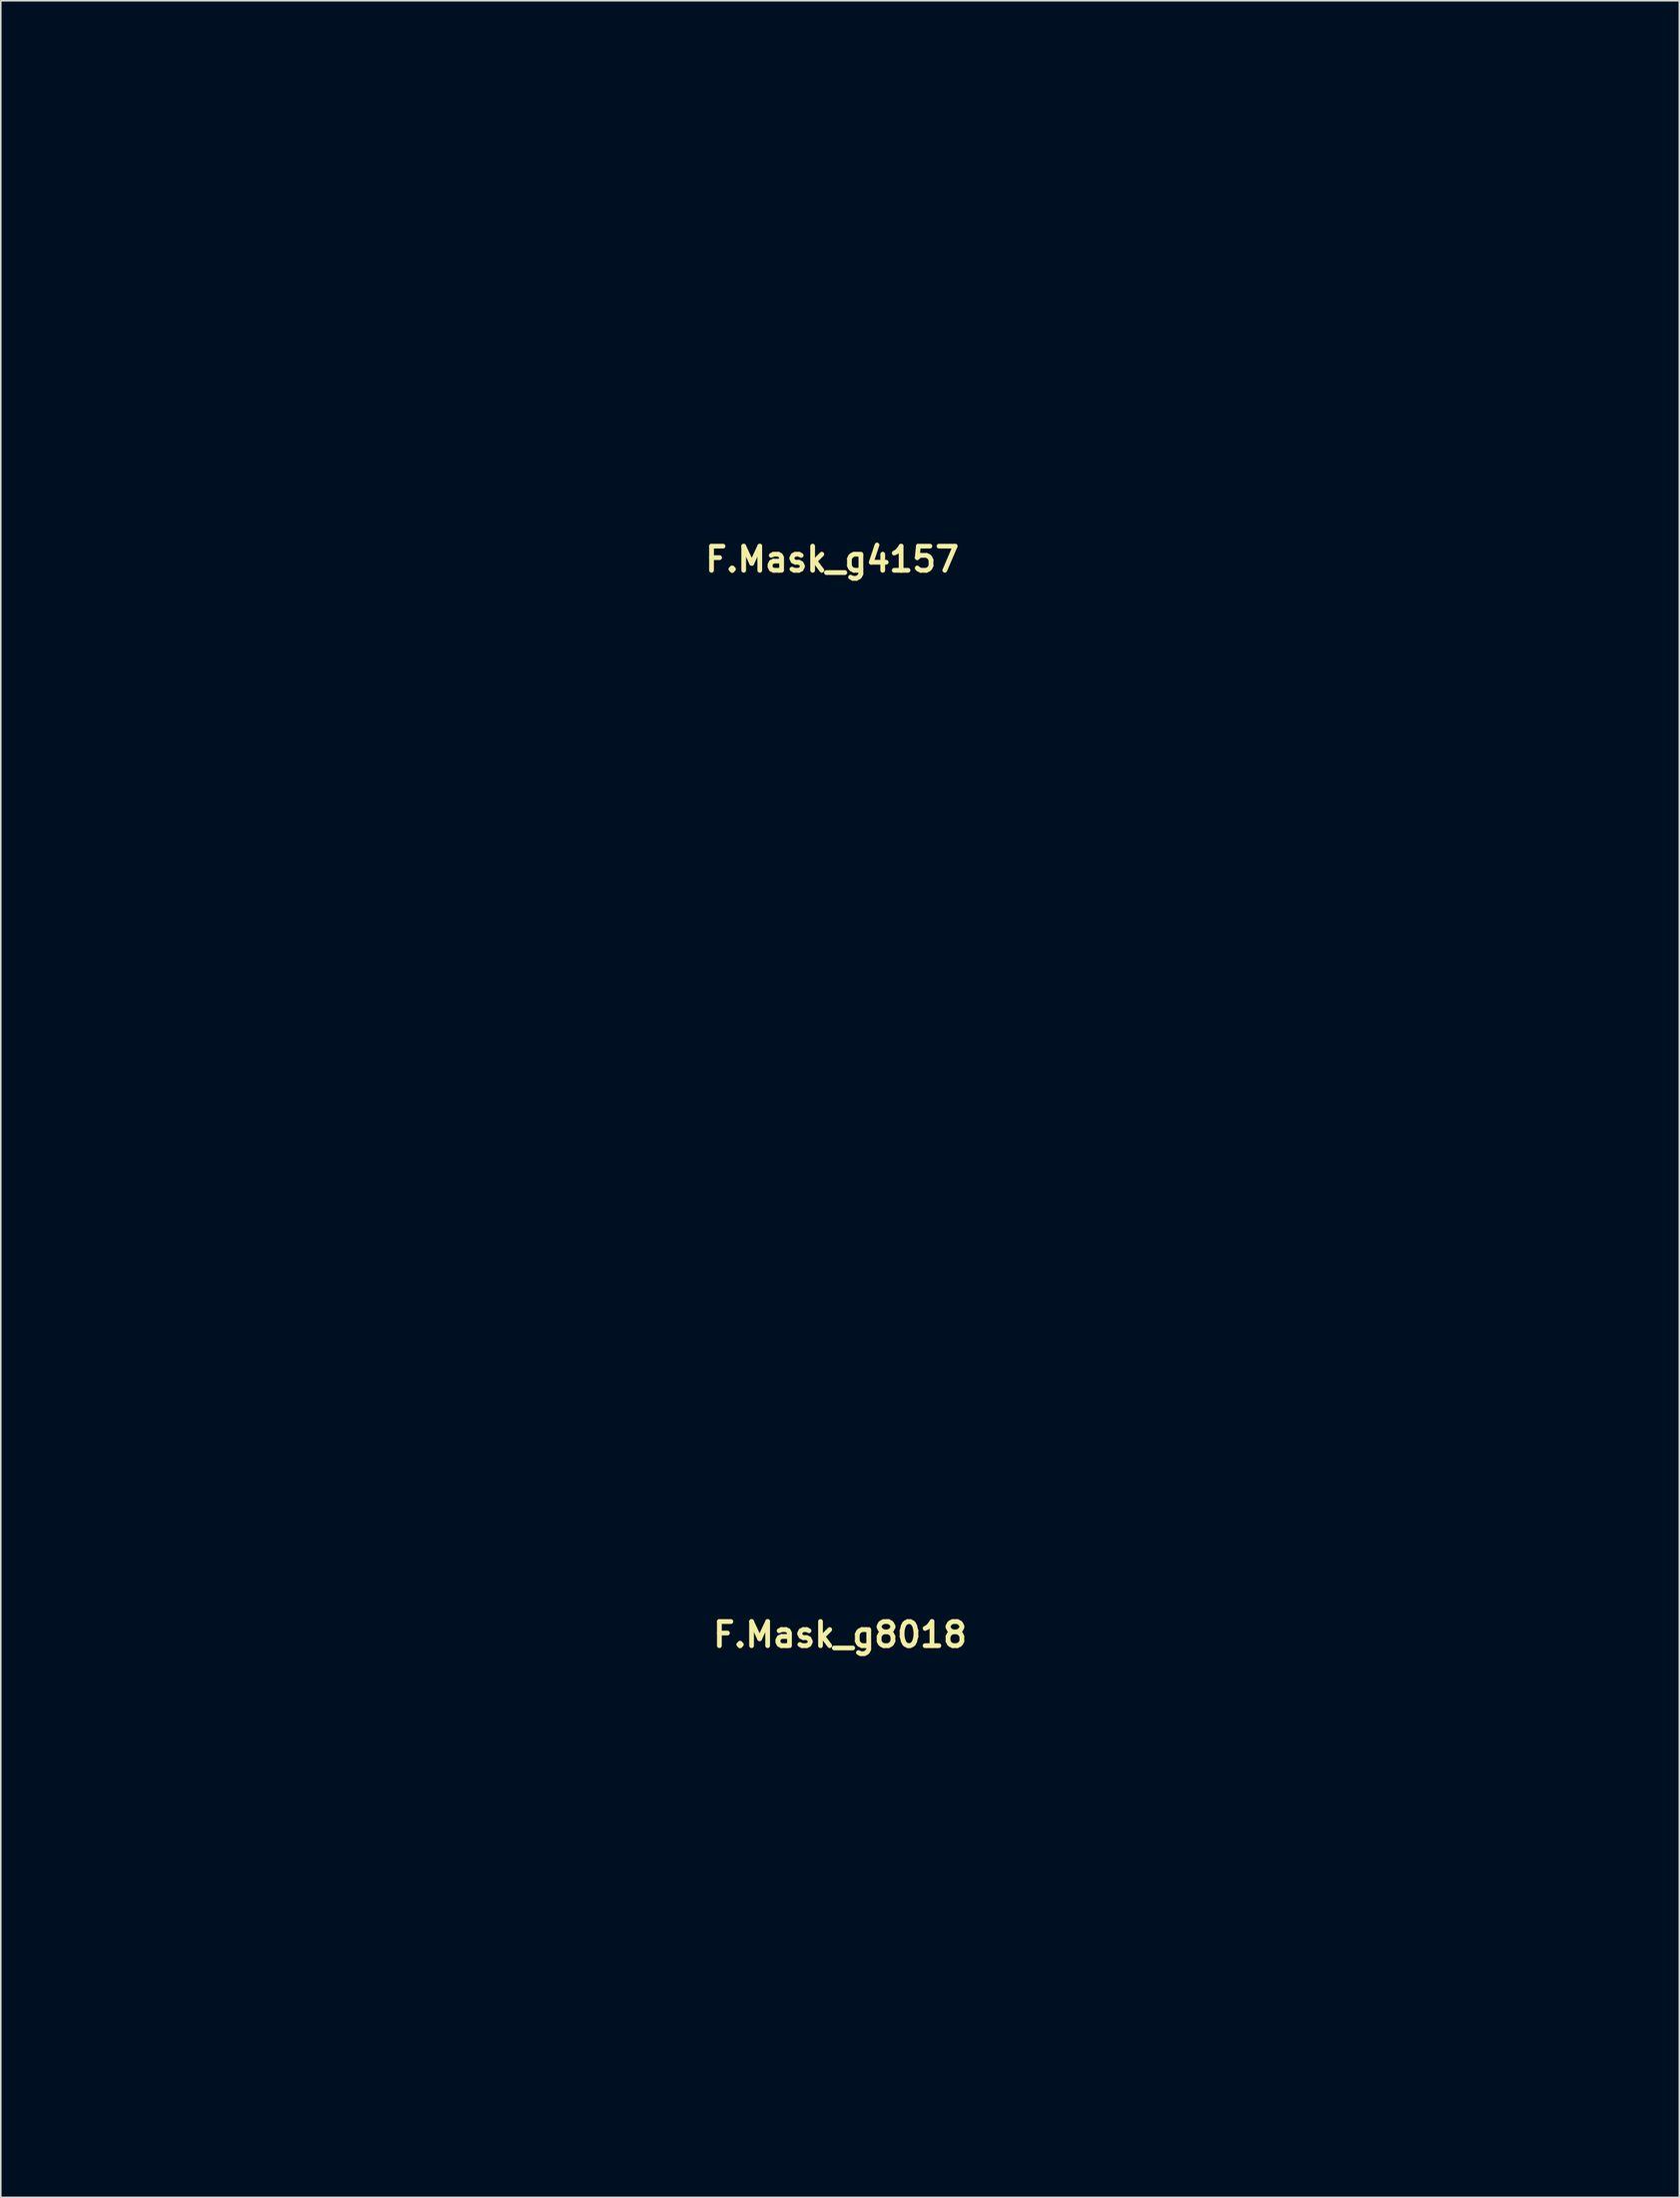
<source format=kicad_pcb>
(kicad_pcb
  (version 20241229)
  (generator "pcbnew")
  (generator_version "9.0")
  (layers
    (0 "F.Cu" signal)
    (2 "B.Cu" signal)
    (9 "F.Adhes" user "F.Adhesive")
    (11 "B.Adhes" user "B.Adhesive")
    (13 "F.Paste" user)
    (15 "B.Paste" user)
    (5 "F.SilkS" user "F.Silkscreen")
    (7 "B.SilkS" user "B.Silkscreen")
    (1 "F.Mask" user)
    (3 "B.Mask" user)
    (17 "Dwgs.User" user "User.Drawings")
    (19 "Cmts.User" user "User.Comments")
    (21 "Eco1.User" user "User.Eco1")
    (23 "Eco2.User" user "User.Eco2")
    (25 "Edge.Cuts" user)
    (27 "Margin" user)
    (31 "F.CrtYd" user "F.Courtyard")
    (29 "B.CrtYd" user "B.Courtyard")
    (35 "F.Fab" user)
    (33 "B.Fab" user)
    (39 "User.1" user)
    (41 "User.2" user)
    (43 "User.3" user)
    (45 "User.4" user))
  (footprint "F.Mask_g8018"
    (layer "F.Cu")
    (at 50.001 100.157)
    (property "Reference" "F.Mask_g8018" (at 0 0 0) (layer "F.SilkS") (effects (font (size 1.524 1.524) (thickness 0.3))))
    (attr through_hole)
    (fp_poly (pts (xy 49.996 32.512) (xy -49.996 32.512) (xy -49.996 -25.141) (xy -49.499 -25.141) (xy -49.479 -17.787) (xy -49.459 -10.433) (xy -49.072 -9.925) (xy -48.684 -9.417) (xy -48.662 29.316) (xy -48.528 29.75) (xy -48.32 30.293) (xy -48.047 30.787) (xy -47.713 31.229) (xy -47.323 31.611) (xy -46.879 31.93) (xy -46.84 31.954) (xy -46.541 32.109) (xy -46.216 32.242) (xy -45.896 32.34) (xy -45.678 32.384) (xy -45.626 32.385) (xy -45.49 32.386) (xy -45.274 32.388) (xy -44.979 32.389) (xy -44.605 32.39) (xy -44.156 32.392) (xy -43.632 32.393) (xy -43.036 32.394) (xy -42.369 32.395) (xy -41.633 32.396) (xy -40.83 32.398) (xy -39.961 32.399) (xy -39.029 32.4) (xy -38.034 32.401) (xy -36.979 32.402) (xy -35.866 32.403) (xy -34.695 32.404) (xy -33.47 32.404) (xy -32.191 32.405) (xy -30.86 32.406) (xy -29.48 32.407) (xy -28.051 32.407) (xy -26.576 32.408) (xy -25.056 32.409) (xy -23.493 32.409) (xy -21.889 32.41) (xy -20.246 32.41) (xy -18.565 32.41) (xy -16.848 32.411) (xy -15.096 32.411) (xy -13.312 32.411) (xy -11.497 32.412) (xy -9.654 32.412) (xy -7.783 32.412) (xy -5.886 32.412) (xy -3.965 32.412) (xy -2.023 32.411) (xy -0.06 32.411) (xy 0.191 32.411) (xy 45.826 32.406) (xy 46.21 32.267) (xy 46.756 32.03) (xy 47.242 31.733) (xy 47.667 31.378) (xy 48.032 30.963) (xy 48.339 30.486) (xy 48.587 29.949) (xy 48.67 29.718) (xy 48.789 29.358) (xy 48.8 9.956) (xy 48.811 -9.447) (xy 49.149 -9.975) (xy 49.488 -10.504) (xy 49.487 -17.836) (xy 49.485 -25.167) (xy 49.169 -25.587) (xy 48.853 -26.007) (xy 48.852 -26.751) (xy 48.849 -27.031) (xy 48.842 -27.316) (xy 48.831 -27.582) (xy 48.818 -27.802) (xy 48.809 -27.898) (xy 48.711 -28.46) (xy 48.54 -28.989) (xy 48.302 -29.478) (xy 48.001 -29.923) (xy 47.644 -30.318) (xy 47.235 -30.658) (xy 46.78 -30.936) (xy 46.284 -31.148) (xy 45.752 -31.287) (xy 45.519 -31.323) (xy 45.41 -31.331) (xy 45.216 -31.338) (xy 44.938 -31.345) (xy 44.576 -31.35) (xy 44.13 -31.355) (xy 43.6 -31.359) (xy 42.987 -31.363) (xy 42.29 -31.365) (xy 41.51 -31.367) (xy 40.647 -31.368) (xy 39.701 -31.369) (xy 39.657 -31.369) (xy 34.165 -31.369) (xy 34.142 -31.274) (xy 34.131 -31.224) (xy 34.103 -31.098) (xy 34.06 -30.9) (xy 34.003 -30.636) (xy 33.932 -30.311) (xy 33.849 -29.931) (xy 33.756 -29.502) (xy 33.653 -29.029) (xy 33.542 -28.518) (xy 33.424 -27.974) (xy 33.3 -27.403) (xy 33.171 -26.81) (xy 33.039 -26.202) (xy 32.904 -25.582) (xy 32.769 -24.958) (xy 32.633 -24.335) (xy 32.499 -23.717) (xy 32.367 -23.111) (xy 32.24 -22.523) (xy 32.117 -21.958) (xy 32 -21.42) (xy 31.891 -20.917) (xy 31.79 -20.454) (xy 31.7 -20.035) (xy 31.62 -19.667) (xy 31.552 -19.355) (xy 31.498 -19.105) (xy 31.459 -18.923) (xy 31.435 -18.813) (xy 31.429 -18.785) (xy 31.405 -18.669) (xy 0.128 -18.669) (xy -1.889 -18.669) (xy -3.824 -18.669) (xy -5.677 -18.669) (xy -7.449 -18.669) (xy -9.144 -18.67) (xy -10.761 -18.67) (xy -12.303 -18.67) (xy -13.771 -18.671) (xy -15.167 -18.671) (xy -16.492 -18.672) (xy -17.748 -18.672) (xy -18.936 -18.673) (xy -20.058 -18.674) (xy -21.116 -18.675) (xy -22.11 -18.676) (xy -23.043 -18.677) (xy -23.916 -18.678) (xy -24.73 -18.679) (xy -25.488 -18.681) (xy -26.19 -18.682) (xy -26.839 -18.684) (xy -27.435 -18.685) (xy -27.981 -18.687) (xy -28.477 -18.689) (xy -28.926 -18.691) (xy -29.329 -18.693) (xy -29.687 -18.695) (xy -30.002 -18.697) (xy -30.276 -18.7) (xy -30.51 -18.702) (xy -30.706 -18.705) (xy -30.865 -18.708) (xy -30.989 -18.711) (xy -31.079 -18.714) (xy -31.137 -18.717) (xy -31.164 -18.721) (xy -31.166 -18.722) (xy -31.178 -18.769) (xy -31.206 -18.893) (xy -31.251 -19.092) (xy -31.312 -19.359) (xy -31.387 -19.691) (xy -31.476 -20.082) (xy -31.577 -20.53) (xy -31.689 -21.028) (xy -31.812 -21.572) (xy -31.944 -22.159) (xy -32.085 -22.782) (xy -32.232 -23.439) (xy -32.386 -24.123) (xy -32.546 -24.832) (xy -32.6 -25.072) (xy -34.015 -31.369) (xy -39.582 -31.369) (xy -40.539 -31.368) (xy -41.412 -31.367) (xy -42.201 -31.366) (xy -42.906 -31.363) (xy -43.527 -31.36) (xy -44.064 -31.356) (xy -44.519 -31.351) (xy -44.89 -31.345) (xy -45.178 -31.339) (xy -45.384 -31.332) (xy -45.507 -31.325) (xy -45.521 -31.323) (xy -46.058 -31.216) (xy -46.565 -31.033) (xy -47.036 -30.778) (xy -47.466 -30.458) (xy -47.849 -30.076) (xy -48.178 -29.639) (xy -48.448 -29.152) (xy -48.651 -28.626) (xy -48.689 -28.498) (xy -48.72 -28.386) (xy -48.743 -28.278) (xy -48.76 -28.159) (xy -48.772 -28.016) (xy -48.782 -27.836) (xy -48.789 -27.605) (xy -48.796 -27.31) (xy -48.799 -27.123) (xy -48.821 -26.031) (xy -49.16 -25.586) (xy -49.499 -25.141) (xy -49.996 -25.141) (xy -49.996 -32.025) (xy -34.021 -32.025) (xy -34.02 -31.891) (xy -34.015 -31.819) (xy -34.009 -31.819) (xy -34.005 -31.844) (xy -33.998 -31.994) (xy -34.003 -32.159) (xy -34.005 -32.183) (xy -34.012 -32.228) (xy -34.018 -32.196) (xy -34.021 -32.095) (xy -34.021 -32.025) (xy -49.996 -32.025) (xy -49.996 -32.47) (xy 49.996 -32.47) (xy 49.996 32.512)) (stroke (width 0.01) (type solid)) (fill yes) (layer "F.Mask")))
  (footprint "F.Mask_g4157"
    (layer "F.Cu")
    (at 49.504 32.265)
    (property "Reference" "F.Mask_g4157" (at 0 0 0) (layer "F.SilkS") (effects (font (size 1.524 1.524) (thickness 0.3))))
    (attr through_hole)
    (fp_poly (pts (xy -34.005 -32.227) (xy -34.005 -32.225) (xy -33.998 -32.087) (xy -34.006 -31.971) (xy -34.015 -31.948) (xy -34.021 -31.998) (xy -34.023 -32.11) (xy -34.02 -32.218) (xy -34.014 -32.26) (xy -34.005 -32.227)) (stroke (width 0.01) (type solid)) (fill yes) (layer "F.Mask"))
    (fp_poly (pts (xy 39.66 -31.369) (xy 40.609 -31.368) (xy 41.476 -31.367) (xy 42.259 -31.365) (xy 42.959 -31.363) (xy 43.576 -31.359) (xy 44.109 -31.355) (xy 44.559 -31.35) (xy 44.924 -31.345) (xy 45.206 -31.339) (xy 45.403 -31.332) (xy 45.516 -31.324) (xy 45.519 -31.323) (xy 46.064 -31.216) (xy 46.576 -31.034) (xy 47.049 -30.783) (xy 47.478 -30.468) (xy 47.857 -30.096) (xy 48.182 -29.672) (xy 48.447 -29.2) (xy 48.647 -28.687) (xy 48.777 -28.139) (xy 48.809 -27.898) (xy 48.824 -27.714) (xy 48.836 -27.472) (xy 48.845 -27.195) (xy 48.851 -26.909) (xy 48.852 -26.751) (xy 48.853 -26.007) (xy 49.169 -25.587) (xy 49.485 -25.167) (xy 49.487 -17.836) (xy 49.488 -10.504) (xy 49.149 -9.975) (xy 48.811 -9.447) (xy 48.8 9.956) (xy 48.789 29.358) (xy 48.67 29.718) (xy 48.444 30.28) (xy 48.161 30.781) (xy 47.819 31.22) (xy 47.418 31.599) (xy 46.957 31.919) (xy 46.435 32.18) (xy 46.21 32.267) (xy 45.826 32.406) (xy 0.191 32.411) (xy -1.775 32.411) (xy -3.72 32.412) (xy -5.644 32.412) (xy -7.544 32.412) (xy -9.418 32.412) (xy -11.265 32.412) (xy -13.084 32.411) (xy -14.872 32.411) (xy -16.628 32.411) (xy -18.349 32.411) (xy -20.035 32.41) (xy -21.683 32.41) (xy -23.292 32.409) (xy -24.86 32.409) (xy -26.386 32.408) (xy -27.867 32.407) (xy -29.301 32.407) (xy -30.688 32.406) (xy -32.025 32.405) (xy -33.31 32.404) (xy -34.543 32.404) (xy -35.72 32.403) (xy -36.841 32.402) (xy -37.904 32.401) (xy -38.906 32.4) (xy -39.847 32.399) (xy -40.724 32.398) (xy -41.535 32.397) (xy -42.28 32.395) (xy -42.955 32.394) (xy -43.561 32.393) (xy -44.093 32.392) (xy -44.552 32.391) (xy -44.935 32.389) (xy -45.241 32.388) (xy -45.468 32.387) (xy -45.613 32.385) (xy -45.676 32.384) (xy -45.678 32.384) (xy -45.971 32.32) (xy -46.295 32.213) (xy -46.617 32.073) (xy -46.84 31.954) (xy -47.288 31.64) (xy -47.683 31.262) (xy -48.022 30.826) (xy -48.3 30.335) (xy -48.513 29.796) (xy -48.528 29.75) (xy -48.662 29.316) (xy -48.684 -9.417) (xy -49.072 -9.925) (xy -49.459 -10.433) (xy -49.479 -17.787) (xy -49.499 -25.141) (xy -49.16 -25.586) (xy -48.821 -26.031) (xy -48.799 -27.123) (xy -48.793 -27.458) (xy -48.786 -27.721) (xy -48.778 -27.926) (xy -48.767 -28.087) (xy -48.752 -28.217) (xy -48.733 -28.329) (xy -48.706 -28.438) (xy -48.672 -28.556) (xy -48.651 -28.626) (xy -48.444 -29.162) (xy -48.172 -29.651) (xy -47.841 -30.087) (xy -47.457 -30.467) (xy -47.024 -30.785) (xy -46.55 -31.038) (xy -46.038 -31.219) (xy -45.496 -31.324) (xy -45.475 -31.326) (xy -45.368 -31.334) (xy -45.192 -31.341) (xy -44.943 -31.346) (xy -44.622 -31.351) (xy -44.227 -31.355) (xy -43.756 -31.359) (xy -43.209 -31.361) (xy -42.583 -31.362) (xy -41.878 -31.363) (xy -41.092 -31.363) (xy -40.223 -31.361) (xy -39.54 -31.36) (xy -34.016 -31.348) (xy -32.652 -25.294) (xy -32.493 -24.588) (xy -32.339 -23.901) (xy -32.189 -23.238) (xy -32.047 -22.604) (xy -31.912 -22.004) (xy -31.785 -21.443) (xy -31.669 -20.926) (xy -31.563 -20.456) (xy -31.469 -20.041) (xy -31.389 -19.683) (xy -31.323 -19.389) (xy -31.272 -19.162) (xy -31.237 -19.009) (xy -31.22 -18.934) (xy -31.152 -18.627) (xy 0.106 -18.627) (xy 2.28 -18.627) (xy 4.379 -18.627) (xy 6.402 -18.627) (xy 8.349 -18.628) (xy 10.22 -18.628) (xy 12.015 -18.629) (xy 13.732 -18.629) (xy 15.372 -18.63) (xy 16.934 -18.631) (xy 18.419 -18.632) (xy 19.824 -18.633) (xy 21.152 -18.635) (xy 22.4 -18.636) (xy 23.568 -18.637) (xy 24.657 -18.639) (xy 25.665 -18.641) (xy 26.594 -18.643) (xy 27.441 -18.644) (xy 28.207 -18.646) (xy 28.891 -18.649) (xy 29.494 -18.651) (xy 30.014 -18.653) (xy 30.451 -18.656) (xy 30.806 -18.658) (xy 31.077 -18.661) (xy 31.264 -18.663) (xy 31.368 -18.666) (xy 31.39 -18.668) (xy 31.402 -18.714) (xy 31.43 -18.837) (xy 31.475 -19.035) (xy 31.534 -19.301) (xy 31.608 -19.631) (xy 31.694 -20.022) (xy 31.792 -20.467) (xy 31.901 -20.963) (xy 32.02 -21.505) (xy 32.148 -22.089) (xy 32.283 -22.709) (xy 32.425 -23.362) (xy 32.573 -24.042) (xy 32.726 -24.745) (xy 32.747 -24.838) (xy 32.901 -25.547) (xy 33.05 -26.236) (xy 33.194 -26.899) (xy 33.332 -27.532) (xy 33.462 -28.13) (xy 33.584 -28.689) (xy 33.696 -29.204) (xy 33.797 -29.669) (xy 33.887 -30.081) (xy 33.964 -30.434) (xy 34.027 -30.723) (xy 34.075 -30.945) (xy 34.108 -31.094) (xy 34.124 -31.165) (xy 34.125 -31.168) (xy 34.171 -31.369) (xy 39.66 -31.369)) (stroke (width 0.01) (type solid)) (fill yes) (layer "F.Mask")))
  (gr_rect
    (start -3 -3)
    (end 103.001 135.674)
    (stroke (width 0.1) (type default))
    (fill no)
    (layer "Edge.Cuts")))
</source>
